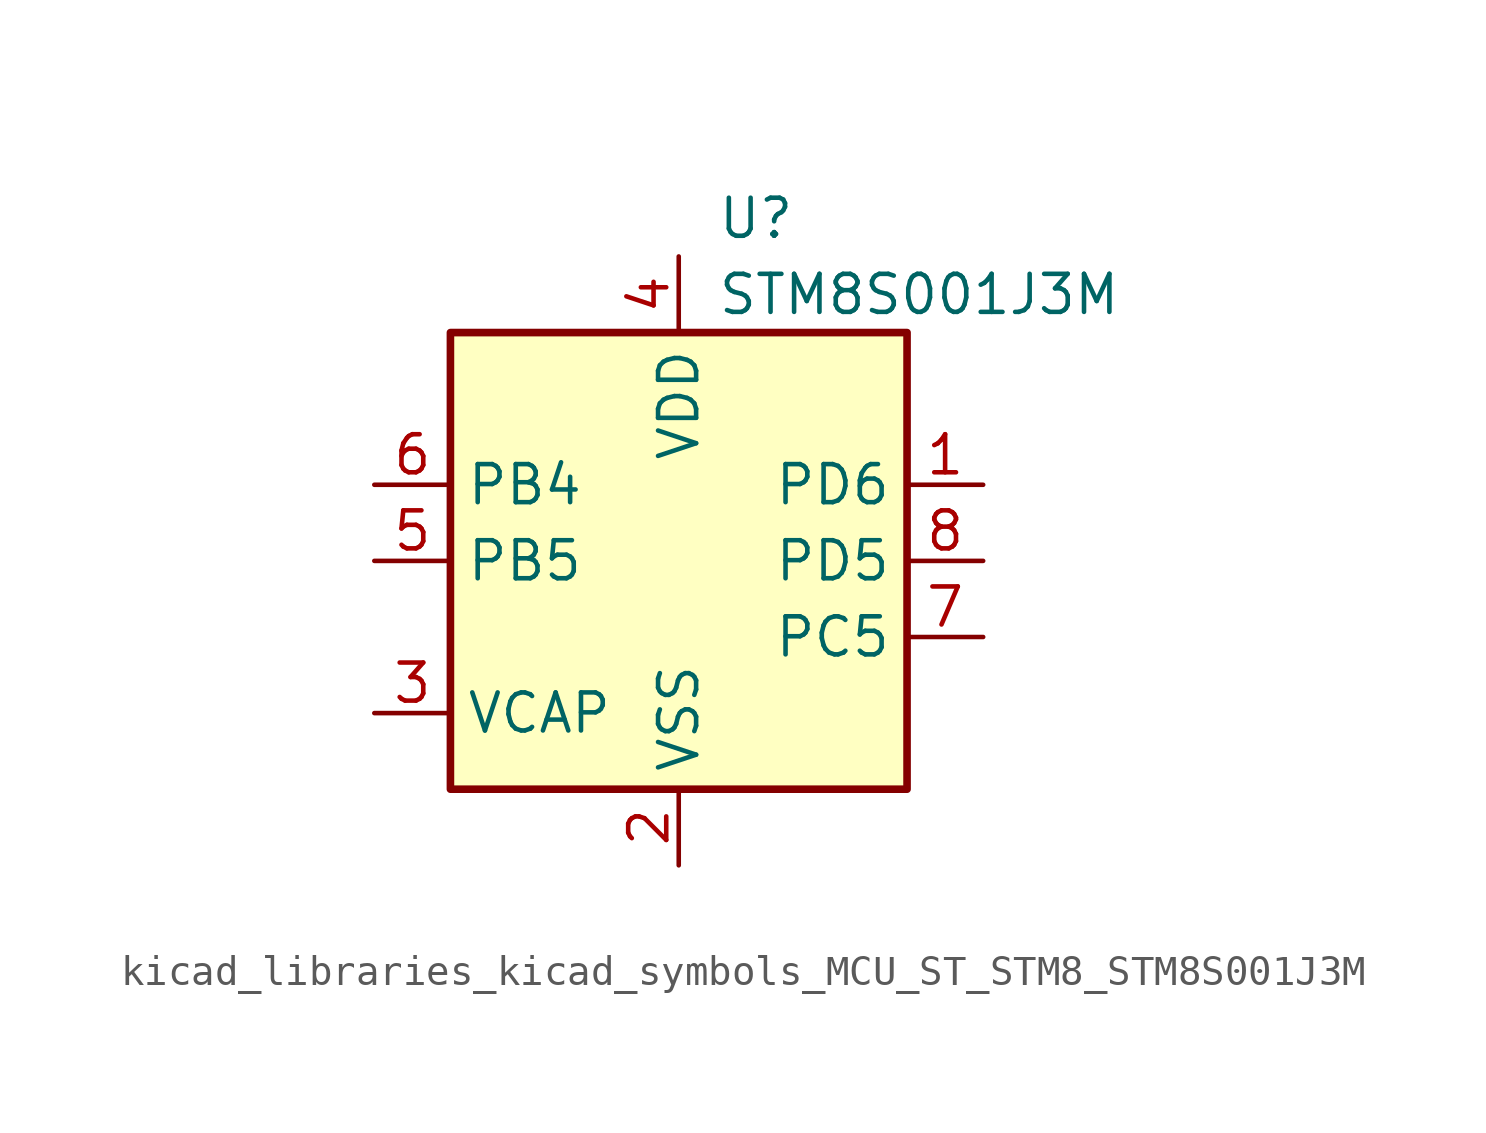
<source format=kicad_sym>
(kicad_symbol_lib
  (version 20220914)
  (generator kicad_symbol_editor)
  (symbol "kicad_libraries_kicad_symbols_MCU_ST_STM8_STM8S001J3M"
    (property "Reference" "U"
      (at 1.27 11.43 0)
      (effects (font (size 1.27 1.27)) (justify left)))
    (property "Value" "STM8S001J3M"
      (at 1.27 8.89 0)
      (effects (font (size 1.27 1.27)) (justify left)))
    (symbol "kicad_libraries_kicad_symbols_MCU_ST_STM8_STM8S001J3M_0_1"
      (rectangle (start -7.62 7.62) (end 7.62 -7.62) (stroke (width 0.254) (type default)) (fill (type background))))
    (symbol "kicad_libraries_kicad_symbols_MCU_ST_STM8_STM8S001J3M_1_1"
      (pin bidirectional line (at 10.16 2.54 180) (length 2.54) (name "PD6" (effects (font (size 1.27 1.27)))) (number "1" (effects (font (size 1.27 1.27)))))
      (pin power_in line (at 0 -10.16 90) (length 2.54) (name "VSS" (effects (font (size 1.27 1.27)))) (number "2" (effects (font (size 1.27 1.27)))))
      (pin passive line (at -10.16 -5.08 0) (length 2.54) (name "VCAP" (effects (font (size 1.27 1.27)))) (number "3" (effects (font (size 1.27 1.27)))))
      (pin power_in line (at 0 10.16 270) (length 2.54) (name "VDD" (effects (font (size 1.27 1.27)))) (number "4" (effects (font (size 1.27 1.27)))))
      (pin bidirectional line (at -10.16 0 0) (length 2.54) (name "PB5" (effects (font (size 1.27 1.27)))) (number "5" (effects (font (size 1.27 1.27)))))
      (pin bidirectional line (at -10.16 2.54 0) (length 2.54) (name "PB4" (effects (font (size 1.27 1.27)))) (number "6" (effects (font (size 1.27 1.27)))))
      (pin bidirectional line (at 10.16 -2.54 180) (length 2.54) (name "PC5" (effects (font (size 1.27 1.27)))) (number "7" (effects (font (size 1.27 1.27)))))
      (pin bidirectional line (at 10.16 0 180) (length 2.54) (name "PD5" (effects (font (size 1.27 1.27)))) (number "8" (effects (font (size 1.27 1.27))))))))
</source>
